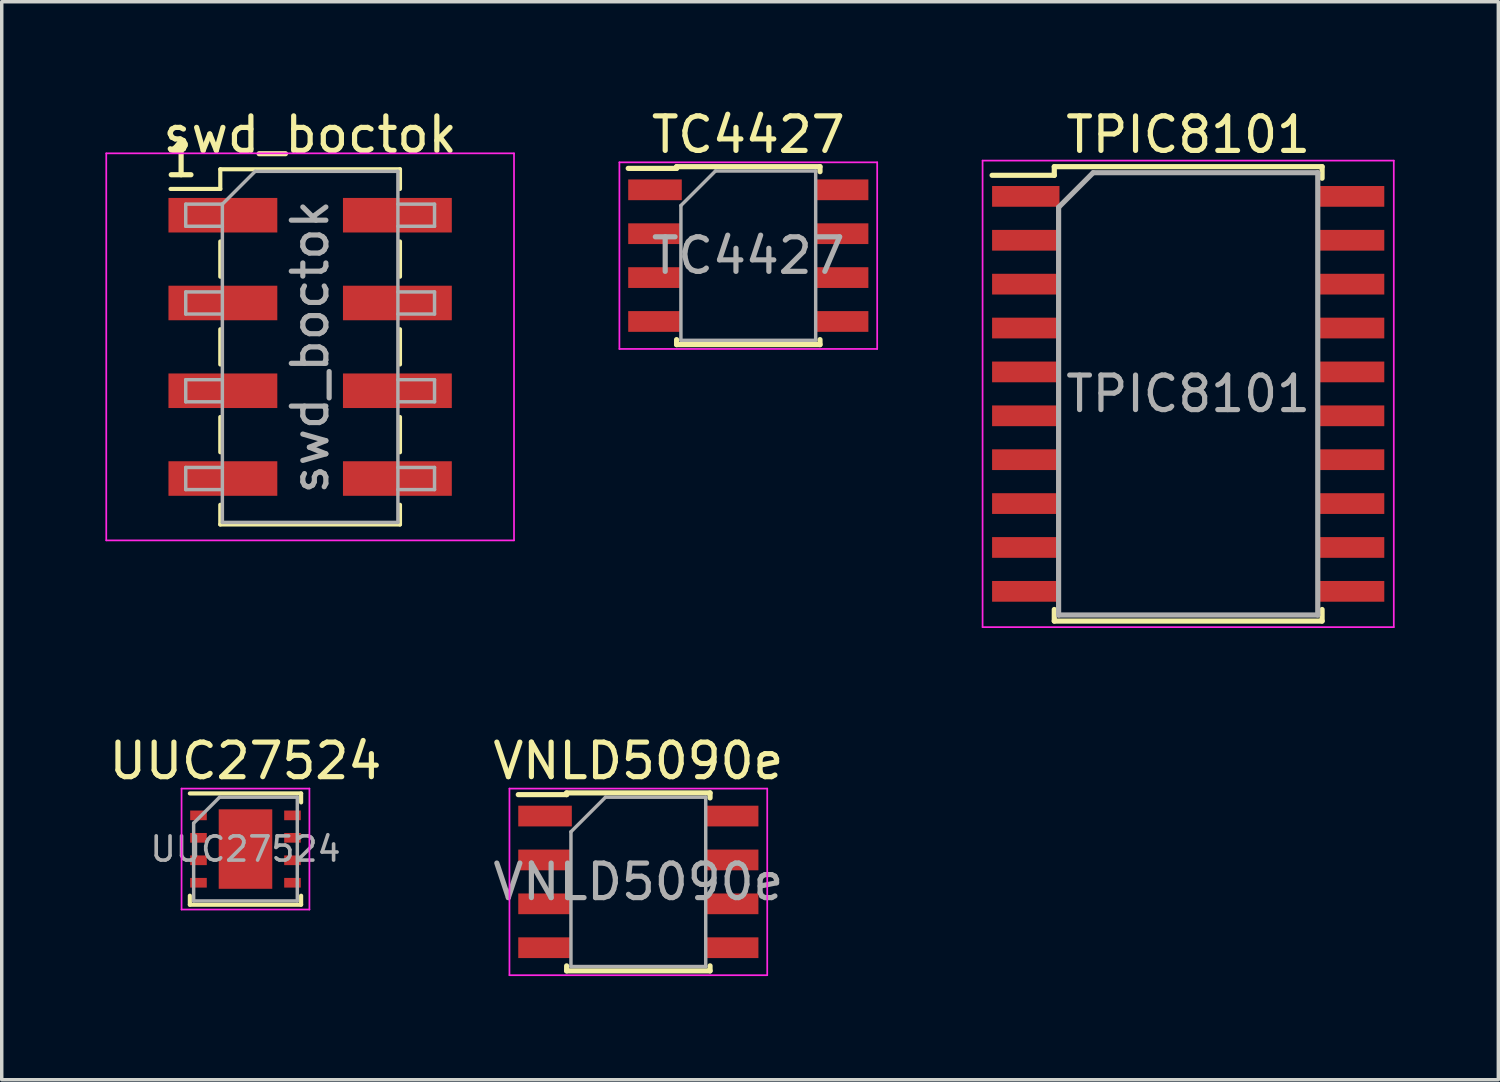
<source format=kicad_pcb>
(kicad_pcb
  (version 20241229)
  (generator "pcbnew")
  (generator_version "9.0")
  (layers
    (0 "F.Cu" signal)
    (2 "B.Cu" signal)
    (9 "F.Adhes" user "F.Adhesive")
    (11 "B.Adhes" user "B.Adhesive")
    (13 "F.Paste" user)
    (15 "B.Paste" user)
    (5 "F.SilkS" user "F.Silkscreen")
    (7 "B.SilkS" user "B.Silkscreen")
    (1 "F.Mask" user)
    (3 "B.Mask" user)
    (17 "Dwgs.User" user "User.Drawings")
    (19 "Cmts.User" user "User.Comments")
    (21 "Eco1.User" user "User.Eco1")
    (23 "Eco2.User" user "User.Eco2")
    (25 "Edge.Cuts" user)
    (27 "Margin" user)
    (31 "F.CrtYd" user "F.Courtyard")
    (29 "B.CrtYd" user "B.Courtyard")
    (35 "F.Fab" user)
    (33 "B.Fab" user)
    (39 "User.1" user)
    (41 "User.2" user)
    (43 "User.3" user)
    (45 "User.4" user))
  (footprint "TPIC8101"
    (layer "F.Cu")
    (at 31.335 8.348)
    (property "Reference" "TPIC8101" (at 0 -7.5 0) (layer "F.SilkS") (effects (font (size 1 1) (thickness 0.15))))
    (attr smd)
    (fp_line (start -3.875 -6.575) (end -3.875 -6.325) (stroke (width 0.15) (type solid)) (layer "F.SilkS"))
    (fp_line (start -3.875 -6.575) (end 3.875 -6.575) (stroke (width 0.15) (type solid)) (layer "F.SilkS"))
    (fp_line (start -3.875 -6.325) (end -5.675 -6.325) (stroke (width 0.15) (type solid)) (layer "F.SilkS"))
    (fp_line (start -3.875 6.575) (end -3.875 6.24) (stroke (width 0.15) (type solid)) (layer "F.SilkS"))
    (fp_line (start -3.875 6.575) (end 3.875 6.575) (stroke (width 0.15) (type solid)) (layer "F.SilkS"))
    (fp_line (start 3.875 -6.575) (end 3.875 -6.24) (stroke (width 0.15) (type solid)) (layer "F.SilkS"))
    (fp_line (start 3.875 6.575) (end 3.875 6.24) (stroke (width 0.15) (type solid)) (layer "F.SilkS"))
    (fp_line (start -5.95 -6.75) (end -5.95 6.75) (stroke (width 0.05) (type solid)) (layer "F.CrtYd"))
    (fp_line (start -5.95 -6.75) (end 5.95 -6.75) (stroke (width 0.05) (type solid)) (layer "F.CrtYd"))
    (fp_line (start -5.95 6.75) (end 5.95 6.75) (stroke (width 0.05) (type solid)) (layer "F.CrtYd"))
    (fp_line (start 5.95 -6.75) (end 5.95 6.75) (stroke (width 0.05) (type solid)) (layer "F.CrtYd"))
    (fp_line (start -3.75 -5.4) (end -2.75 -6.4) (stroke (width 0.15) (type solid)) (layer "F.Fab"))
    (fp_line (start -3.75 6.4) (end -3.75 -5.4) (stroke (width 0.15) (type solid)) (layer "F.Fab"))
    (fp_line (start -2.75 -6.4) (end 3.75 -6.4) (stroke (width 0.15) (type solid)) (layer "F.Fab"))
    (fp_line (start 3.75 -6.4) (end 3.75 6.4) (stroke (width 0.15) (type solid)) (layer "F.Fab"))
    (fp_line (start 3.75 6.4) (end -3.75 6.4) (stroke (width 0.15) (type solid)) (layer "F.Fab"))
    (fp_text user "${REFERENCE}" (at 0 0 0) (layer "F.Fab") (effects (font (size 1 1) (thickness 0.15))))
    (pad "1" smd rect (at -4.7 -5.715) (size 1.95 0.6) (layers "F.Cu" "F.Mask" "F.Paste"))
    (pad "2" smd rect (at -4.7 -4.445) (size 1.95 0.6) (layers "F.Cu" "F.Mask" "F.Paste"))
    (pad "3" smd rect (at -4.7 -3.175) (size 1.95 0.6) (layers "F.Cu" "F.Mask" "F.Paste"))
    (pad "4" smd rect (at -4.7 -1.905) (size 1.95 0.6) (layers "F.Cu" "F.Mask" "F.Paste"))
    (pad "5" smd rect (at -4.7 -0.635) (size 1.95 0.6) (layers "F.Cu" "F.Mask" "F.Paste"))
    (pad "6" smd rect (at -4.7 0.635) (size 1.95 0.6) (layers "F.Cu" "F.Mask" "F.Paste"))
    (pad "7" smd rect (at -4.7 1.905) (size 1.95 0.6) (layers "F.Cu" "F.Mask" "F.Paste"))
    (pad "8" smd rect (at -4.7 3.175) (size 1.95 0.6) (layers "F.Cu" "F.Mask" "F.Paste"))
    (pad "9" smd rect (at -4.7 4.445) (size 1.95 0.6) (layers "F.Cu" "F.Mask" "F.Paste"))
    (pad "10" smd rect (at -4.7 5.715) (size 1.95 0.6) (layers "F.Cu" "F.Mask" "F.Paste"))
    (pad "11" smd rect (at 4.7 5.715) (size 1.95 0.6) (layers "F.Cu" "F.Mask" "F.Paste"))
    (pad "12" smd rect (at 4.7 4.445) (size 1.95 0.6) (layers "F.Cu" "F.Mask" "F.Paste"))
    (pad "13" smd rect (at 4.7 3.175) (size 1.95 0.6) (layers "F.Cu" "F.Mask" "F.Paste"))
    (pad "14" smd rect (at 4.7 1.905) (size 1.95 0.6) (layers "F.Cu" "F.Mask" "F.Paste"))
    (pad "15" smd rect (at 4.7 0.635) (size 1.95 0.6) (layers "F.Cu" "F.Mask" "F.Paste"))
    (pad "16" smd rect (at 4.7 -0.635) (size 1.95 0.6) (layers "F.Cu" "F.Mask" "F.Paste"))
    (pad "17" smd rect (at 4.7 -1.905) (size 1.95 0.6) (layers "F.Cu" "F.Mask" "F.Paste"))
    (pad "18" smd rect (at 4.7 -3.175) (size 1.95 0.6) (layers "F.Cu" "F.Mask" "F.Paste"))
    (pad "19" smd rect (at 4.7 -4.445) (size 1.95 0.6) (layers "F.Cu" "F.Mask" "F.Paste"))
    (pad "20" smd rect (at 4.7 -5.715) (size 1.95 0.6) (layers "F.Cu" "F.Mask" "F.Paste")))
  (footprint "UUC27524"
    (layer "F.Cu")
    (at 4.054 21.521)
    (property "Reference" "UUC27524" (at 0 -2.55 0) (layer "F.SilkS") (effects (font (size 1 1) (thickness 0.15))))
    (attr smd)
    (fp_line (start -1.61 -1.61) (end 1.61 -1.61) (stroke (width 0.12) (type solid)) (layer "F.SilkS"))
    (fp_line (start -1.61 1.61) (end -1.61 1.35) (stroke (width 0.12) (type solid)) (layer "F.SilkS"))
    (fp_line (start -1.61 1.61) (end 1.61 1.61) (stroke (width 0.12) (type solid)) (layer "F.SilkS"))
    (fp_line (start 1.61 -1.61) (end 1.61 -1.35) (stroke (width 0.12) (type solid)) (layer "F.SilkS"))
    (fp_line (start 1.61 1.61) (end 1.61 1.35) (stroke (width 0.12) (type solid)) (layer "F.SilkS"))
    (fp_line (start -1.85 -1.75) (end -1.85 1.75) (stroke (width 0.05) (type solid)) (layer "F.CrtYd"))
    (fp_line (start -1.85 -1.75) (end 1.85 -1.75) (stroke (width 0.05) (type solid)) (layer "F.CrtYd"))
    (fp_line (start -1.85 1.75) (end 1.85 1.75) (stroke (width 0.05) (type solid)) (layer "F.CrtYd"))
    (fp_line (start 1.85 -1.75) (end 1.85 1.75) (stroke (width 0.05) (type solid)) (layer "F.CrtYd"))
    (fp_line (start -1.5 -0.75) (end -0.75 -1.5) (stroke (width 0.1) (type solid)) (layer "F.Fab"))
    (fp_line (start -1.5 1.5) (end -1.5 -0.75) (stroke (width 0.1) (type solid)) (layer "F.Fab"))
    (fp_line (start -0.75 -1.5) (end 1.5 -1.5) (stroke (width 0.1) (type solid)) (layer "F.Fab"))
    (fp_line (start 1.5 -1.5) (end 1.5 1.5) (stroke (width 0.1) (type solid)) (layer "F.Fab"))
    (fp_line (start 1.5 1.5) (end -1.5 1.5) (stroke (width 0.1) (type solid)) (layer "F.Fab"))
    (fp_text user "${REFERENCE}" (at 0 0 0) (layer "F.Fab") (effects (font (size 0.7 0.7) (thickness 0.105))))
    (pad "" smd rect (at 0 -0.9) (size 1.5 0.4) (layers "F.Paste"))
    (pad "" smd rect (at 0 0) (size 1.5 0.65) (layers "F.Paste"))
    (pad "" smd rect (at 0 0.9) (size 1.5 0.4) (layers "F.Paste"))
    (pad "1" smd rect (at -1.36 -0.975) (size 0.48 0.28) (layers "F.Cu" "F.Mask" "F.Paste"))
    (pad "2" smd rect (at -1.36 -0.325) (size 0.48 0.28) (layers "F.Cu" "F.Mask" "F.Paste"))
    (pad "3" smd rect (at -1.36 0.325) (size 0.48 0.28) (layers "F.Cu" "F.Mask" "F.Paste"))
    (pad "3" smd rect (at 0 0) (size 1.55 2.3) (layers "F.Cu" "F.Mask"))
    (pad "4" smd rect (at -1.36 0.975) (size 0.48 0.28) (layers "F.Cu" "F.Mask" "F.Paste"))
    (pad "5" smd rect (at 1.36 0.975) (size 0.48 0.28) (layers "F.Cu" "F.Mask" "F.Paste"))
    (pad "6" smd rect (at 1.36 0.325) (size 0.48 0.28) (layers "F.Cu" "F.Mask" "F.Paste"))
    (pad "7" smd rect (at 1.36 -0.325) (size 0.48 0.28) (layers "F.Cu" "F.Mask" "F.Paste"))
    (pad "8" smd rect (at 1.36 -0.975) (size 0.48 0.28) (layers "F.Cu" "F.Mask" "F.Paste")))
  (footprint "TC4427"
    (layer "F.Cu")
    (at 18.605 4.348)
    (property "Reference" "TC4427" (at 0 -3.5 0) (layer "F.SilkS") (effects (font (size 1 1) (thickness 0.15))))
    (attr smd)
    (fp_line (start -2.075 -2.575) (end -2.075 -2.525) (stroke (width 0.15) (type solid)) (layer "F.SilkS"))
    (fp_line (start -2.075 -2.575) (end 2.075 -2.575) (stroke (width 0.15) (type solid)) (layer "F.SilkS"))
    (fp_line (start -2.075 -2.525) (end -3.475 -2.525) (stroke (width 0.15) (type solid)) (layer "F.SilkS"))
    (fp_line (start -2.075 2.575) (end -2.075 2.43) (stroke (width 0.15) (type solid)) (layer "F.SilkS"))
    (fp_line (start -2.075 2.575) (end 2.075 2.575) (stroke (width 0.15) (type solid)) (layer "F.SilkS"))
    (fp_line (start 2.075 -2.575) (end 2.075 -2.43) (stroke (width 0.15) (type solid)) (layer "F.SilkS"))
    (fp_line (start 2.075 2.575) (end 2.075 2.43) (stroke (width 0.15) (type solid)) (layer "F.SilkS"))
    (fp_line (start -3.73 -2.7) (end -3.73 2.7) (stroke (width 0.05) (type solid)) (layer "F.CrtYd"))
    (fp_line (start -3.73 -2.7) (end 3.73 -2.7) (stroke (width 0.05) (type solid)) (layer "F.CrtYd"))
    (fp_line (start -3.73 2.7) (end 3.73 2.7) (stroke (width 0.05) (type solid)) (layer "F.CrtYd"))
    (fp_line (start 3.73 -2.7) (end 3.73 2.7) (stroke (width 0.05) (type solid)) (layer "F.CrtYd"))
    (fp_line (start -1.95 -1.45) (end -0.95 -2.45) (stroke (width 0.1) (type solid)) (layer "F.Fab"))
    (fp_line (start -1.95 2.45) (end -1.95 -1.45) (stroke (width 0.1) (type solid)) (layer "F.Fab"))
    (fp_line (start -0.95 -2.45) (end 1.95 -2.45) (stroke (width 0.1) (type solid)) (layer "F.Fab"))
    (fp_line (start 1.95 -2.45) (end 1.95 2.45) (stroke (width 0.1) (type solid)) (layer "F.Fab"))
    (fp_line (start 1.95 2.45) (end -1.95 2.45) (stroke (width 0.1) (type solid)) (layer "F.Fab"))
    (fp_text user "${REFERENCE}" (at 0 0 0) (layer "F.Fab") (effects (font (size 1 1) (thickness 0.15))))
    (pad "1" smd rect (at -2.7 -1.905) (size 1.55 0.6) (layers "F.Cu" "F.Mask" "F.Paste"))
    (pad "2" smd rect (at -2.7 -0.635) (size 1.55 0.6) (layers "F.Cu" "F.Mask" "F.Paste"))
    (pad "3" smd rect (at -2.7 0.635) (size 1.55 0.6) (layers "F.Cu" "F.Mask" "F.Paste"))
    (pad "4" smd rect (at -2.7 1.905) (size 1.55 0.6) (layers "F.Cu" "F.Mask" "F.Paste"))
    (pad "5" smd rect (at 2.7 1.905) (size 1.55 0.6) (layers "F.Cu" "F.Mask" "F.Paste"))
    (pad "6" smd rect (at 2.7 0.635) (size 1.55 0.6) (layers "F.Cu" "F.Mask" "F.Paste"))
    (pad "7" smd rect (at 2.7 -0.635) (size 1.55 0.6) (layers "F.Cu" "F.Mask" "F.Paste"))
    (pad "8" smd rect (at 2.7 -1.905) (size 1.55 0.6) (layers "F.Cu" "F.Mask" "F.Paste")))
  (footprint "swd_boctok"
    (layer "F.Cu")
    (at 5.925 6.988)
    (property "Reference" "swd_boctok" (at 0 -6.14 0) (layer "F.SilkS") (effects (font (size 1 1) (thickness 0.15))))
    (attr smd)
    (fp_line (start -4.04 -4.57) (end -2.6 -4.57) (stroke (width 0.12) (type solid)) (layer "F.SilkS"))
    (fp_line (start -2.6 -5.14) (end -2.6 -4.57) (stroke (width 0.12) (type solid)) (layer "F.SilkS"))
    (fp_line (start -2.6 -5.14) (end 2.6 -5.14) (stroke (width 0.12) (type solid)) (layer "F.SilkS"))
    (fp_line (start -2.6 -3.05) (end -2.6 -2.03) (stroke (width 0.12) (type solid)) (layer "F.SilkS"))
    (fp_line (start -2.6 -0.51) (end -2.6 0.51) (stroke (width 0.12) (type solid)) (layer "F.SilkS"))
    (fp_line (start -2.6 2.03) (end -2.6 3.05) (stroke (width 0.12) (type solid)) (layer "F.SilkS"))
    (fp_line (start -2.6 4.57) (end -2.6 5.14) (stroke (width 0.12) (type solid)) (layer "F.SilkS"))
    (fp_line (start -2.6 5.14) (end 2.6 5.14) (stroke (width 0.12) (type solid)) (layer "F.SilkS"))
    (fp_line (start 2.6 -5.14) (end 2.6 -4.57) (stroke (width 0.12) (type solid)) (layer "F.SilkS"))
    (fp_line (start 2.6 -3.05) (end 2.6 -2.03) (stroke (width 0.12) (type solid)) (layer "F.SilkS"))
    (fp_line (start 2.6 -0.51) (end 2.6 0.51) (stroke (width 0.12) (type solid)) (layer "F.SilkS"))
    (fp_line (start 2.6 2.03) (end 2.6 3.05) (stroke (width 0.12) (type solid)) (layer "F.SilkS"))
    (fp_line (start 2.6 4.57) (end 2.6 5.14) (stroke (width 0.12) (type solid)) (layer "F.SilkS"))
    (fp_line (start -5.9 -5.6) (end -5.9 5.6) (stroke (width 0.05) (type solid)) (layer "F.CrtYd"))
    (fp_line (start -5.9 5.6) (end 5.9 5.6) (stroke (width 0.05) (type solid)) (layer "F.CrtYd"))
    (fp_line (start 5.9 -5.6) (end -5.9 -5.6) (stroke (width 0.05) (type solid)) (layer "F.CrtYd"))
    (fp_line (start 5.9 5.6) (end 5.9 -5.6) (stroke (width 0.05) (type solid)) (layer "F.CrtYd"))
    (fp_line (start -3.6 -4.13) (end -3.6 -3.49) (stroke (width 0.1) (type solid)) (layer "F.Fab"))
    (fp_line (start -3.6 -3.49) (end -2.54 -3.49) (stroke (width 0.1) (type solid)) (layer "F.Fab"))
    (fp_line (start -3.6 -1.59) (end -3.6 -0.95) (stroke (width 0.1) (type solid)) (layer "F.Fab"))
    (fp_line (start -3.6 -0.95) (end -2.54 -0.95) (stroke (width 0.1) (type solid)) (layer "F.Fab"))
    (fp_line (start -3.6 0.95) (end -3.6 1.59) (stroke (width 0.1) (type solid)) (layer "F.Fab"))
    (fp_line (start -3.6 1.59) (end -2.54 1.59) (stroke (width 0.1) (type solid)) (layer "F.Fab"))
    (fp_line (start -3.6 3.49) (end -3.6 4.13) (stroke (width 0.1) (type solid)) (layer "F.Fab"))
    (fp_line (start -3.6 4.13) (end -2.54 4.13) (stroke (width 0.1) (type solid)) (layer "F.Fab"))
    (fp_line (start -2.54 -4.13) (end -3.6 -4.13) (stroke (width 0.1) (type solid)) (layer "F.Fab"))
    (fp_line (start -2.54 -4.13) (end -1.59 -5.08) (stroke (width 0.1) (type solid)) (layer "F.Fab"))
    (fp_line (start -2.54 -1.59) (end -3.6 -1.59) (stroke (width 0.1) (type solid)) (layer "F.Fab"))
    (fp_line (start -2.54 0.95) (end -3.6 0.95) (stroke (width 0.1) (type solid)) (layer "F.Fab"))
    (fp_line (start -2.54 3.49) (end -3.6 3.49) (stroke (width 0.1) (type solid)) (layer "F.Fab"))
    (fp_line (start -2.54 5.08) (end -2.54 -4.13) (stroke (width 0.1) (type solid)) (layer "F.Fab"))
    (fp_line (start -1.59 -5.08) (end 2.54 -5.08) (stroke (width 0.1) (type solid)) (layer "F.Fab"))
    (fp_line (start 2.54 -5.08) (end 2.54 5.08) (stroke (width 0.1) (type solid)) (layer "F.Fab"))
    (fp_line (start 2.54 -4.13) (end 3.6 -4.13) (stroke (width 0.1) (type solid)) (layer "F.Fab"))
    (fp_line (start 2.54 -1.59) (end 3.6 -1.59) (stroke (width 0.1) (type solid)) (layer "F.Fab"))
    (fp_line (start 2.54 0.95) (end 3.6 0.95) (stroke (width 0.1) (type solid)) (layer "F.Fab"))
    (fp_line (start 2.54 3.49) (end 3.6 3.49) (stroke (width 0.1) (type solid)) (layer "F.Fab"))
    (fp_line (start 2.54 5.08) (end -2.54 5.08) (stroke (width 0.1) (type solid)) (layer "F.Fab"))
    (fp_line (start 3.6 -4.13) (end 3.6 -3.49) (stroke (width 0.1) (type solid)) (layer "F.Fab"))
    (fp_line (start 3.6 -3.49) (end 2.54 -3.49) (stroke (width 0.1) (type solid)) (layer "F.Fab"))
    (fp_line (start 3.6 -1.59) (end 3.6 -0.95) (stroke (width 0.1) (type solid)) (layer "F.Fab"))
    (fp_line (start 3.6 -0.95) (end 2.54 -0.95) (stroke (width 0.1) (type solid)) (layer "F.Fab"))
    (fp_line (start 3.6 0.95) (end 3.6 1.59) (stroke (width 0.1) (type solid)) (layer "F.Fab"))
    (fp_line (start 3.6 1.59) (end 2.54 1.59) (stroke (width 0.1) (type solid)) (layer "F.Fab"))
    (fp_line (start 3.6 3.49) (end 3.6 4.13) (stroke (width 0.1) (type solid)) (layer "F.Fab"))
    (fp_line (start 3.6 4.13) (end 2.54 4.13) (stroke (width 0.1) (type solid)) (layer "F.Fab"))
    (fp_text user "1" (at -3.734 -5.436 0) (layer "F.SilkS") (effects (font (size 1 1) (thickness 0.15))))
    (fp_text user "${REFERENCE}" (at 0 0 90) (layer "F.Fab") (effects (font (size 1 1) (thickness 0.15))))
    (pad "1" smd rect (at -2.525 -3.81) (size 3.15 1) (layers "F.Cu" "F.Mask" "F.Paste"))
    (pad "2" smd rect (at 2.525 -3.81) (size 3.15 1) (layers "F.Cu" "F.Mask" "F.Paste"))
    (pad "3" smd rect (at -2.525 -1.27) (size 3.15 1) (layers "F.Cu" "F.Mask" "F.Paste"))
    (pad "4" smd rect (at 2.525 -1.27) (size 3.15 1) (layers "F.Cu" "F.Mask" "F.Paste"))
    (pad "5" smd rect (at -2.525 1.27) (size 3.15 1) (layers "F.Cu" "F.Mask" "F.Paste"))
    (pad "6" smd rect (at 2.525 1.27) (size 3.15 1) (layers "F.Cu" "F.Mask" "F.Paste"))
    (pad "7" smd rect (at -2.525 3.81) (size 3.15 1) (layers "F.Cu" "F.Mask" "F.Paste"))
    (pad "8" smd rect (at 2.525 3.81) (size 3.15 1) (layers "F.Cu" "F.Mask" "F.Paste")))
  (footprint "VNLD5090e"
    (layer "F.Cu")
    (at 15.423 22.471)
    (property "Reference" "VNLD5090e" (at 0 -3.5 0) (layer "F.SilkS") (effects (font (size 1 1) (thickness 0.15))))
    (attr smd)
    (fp_line (start -2.075 -2.575) (end -2.075 -2.525) (stroke (width 0.15) (type solid)) (layer "F.SilkS"))
    (fp_line (start -2.075 -2.575) (end 2.075 -2.575) (stroke (width 0.15) (type solid)) (layer "F.SilkS"))
    (fp_line (start -2.075 -2.525) (end -3.475 -2.525) (stroke (width 0.15) (type solid)) (layer "F.SilkS"))
    (fp_line (start -2.075 2.575) (end -2.075 2.43) (stroke (width 0.15) (type solid)) (layer "F.SilkS"))
    (fp_line (start -2.075 2.575) (end 2.075 2.575) (stroke (width 0.15) (type solid)) (layer "F.SilkS"))
    (fp_line (start 2.075 -2.575) (end 2.075 -2.43) (stroke (width 0.15) (type solid)) (layer "F.SilkS"))
    (fp_line (start 2.075 2.575) (end 2.075 2.43) (stroke (width 0.15) (type solid)) (layer "F.SilkS"))
    (fp_line (start -3.73 -2.7) (end -3.73 2.7) (stroke (width 0.05) (type solid)) (layer "F.CrtYd"))
    (fp_line (start -3.73 -2.7) (end 3.73 -2.7) (stroke (width 0.05) (type solid)) (layer "F.CrtYd"))
    (fp_line (start -3.73 2.7) (end 3.73 2.7) (stroke (width 0.05) (type solid)) (layer "F.CrtYd"))
    (fp_line (start 3.73 -2.7) (end 3.73 2.7) (stroke (width 0.05) (type solid)) (layer "F.CrtYd"))
    (fp_line (start -1.95 -1.45) (end -0.95 -2.45) (stroke (width 0.1) (type solid)) (layer "F.Fab"))
    (fp_line (start -1.95 2.45) (end -1.95 -1.45) (stroke (width 0.1) (type solid)) (layer "F.Fab"))
    (fp_line (start -0.95 -2.45) (end 1.95 -2.45) (stroke (width 0.1) (type solid)) (layer "F.Fab"))
    (fp_line (start 1.95 -2.45) (end 1.95 2.45) (stroke (width 0.1) (type solid)) (layer "F.Fab"))
    (fp_line (start 1.95 2.45) (end -1.95 2.45) (stroke (width 0.1) (type solid)) (layer "F.Fab"))
    (fp_text user "${REFERENCE}" (at 0 0 0) (layer "F.Fab") (effects (font (size 1 1) (thickness 0.15))))
    (pad "1" smd rect (at -2.7 -1.905) (size 1.55 0.6) (layers "F.Cu" "F.Mask" "F.Paste"))
    (pad "2" smd rect (at -2.7 -0.635) (size 1.55 0.6) (layers "F.Cu" "F.Mask" "F.Paste"))
    (pad "3" smd rect (at -2.7 0.635) (size 1.55 0.6) (layers "F.Cu" "F.Mask" "F.Paste"))
    (pad "4" smd rect (at -2.7 1.905) (size 1.55 0.6) (layers "F.Cu" "F.Mask" "F.Paste"))
    (pad "5" smd rect (at 2.7 1.905) (size 1.55 0.6) (layers "F.Cu" "F.Mask" "F.Paste"))
    (pad "6" smd rect (at 2.7 0.635) (size 1.55 0.6) (layers "F.Cu" "F.Mask" "F.Paste"))
    (pad "7" smd rect (at 2.7 -0.635) (size 1.55 0.6) (layers "F.Cu" "F.Mask" "F.Paste"))
    (pad "8" smd rect (at 2.7 -1.905) (size 1.55 0.6) (layers "F.Cu" "F.Mask" "F.Paste")))
  (gr_rect
    (start -3 -3)
    (end 40.31 28.197)
    (stroke (width 0.1) (type default))
    (fill no)
    (layer "Edge.Cuts")))
</source>
